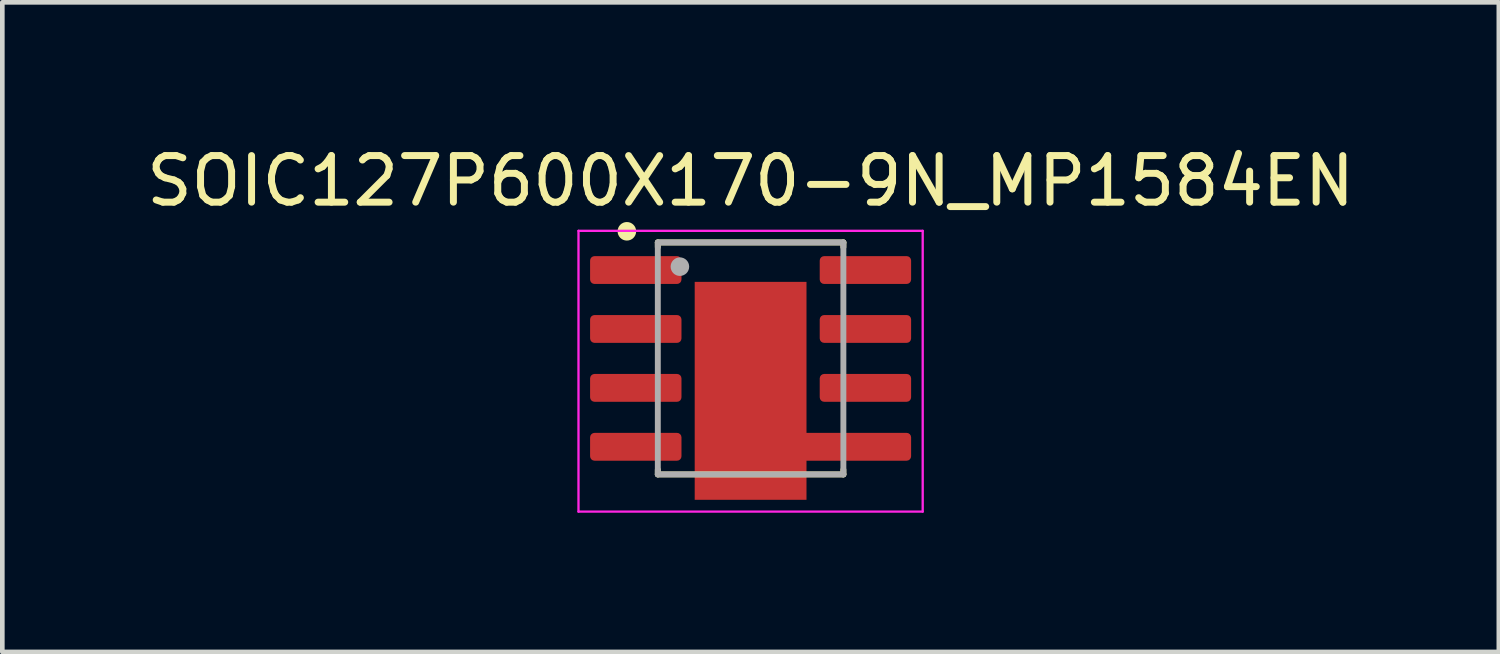
<source format=kicad_pcb>
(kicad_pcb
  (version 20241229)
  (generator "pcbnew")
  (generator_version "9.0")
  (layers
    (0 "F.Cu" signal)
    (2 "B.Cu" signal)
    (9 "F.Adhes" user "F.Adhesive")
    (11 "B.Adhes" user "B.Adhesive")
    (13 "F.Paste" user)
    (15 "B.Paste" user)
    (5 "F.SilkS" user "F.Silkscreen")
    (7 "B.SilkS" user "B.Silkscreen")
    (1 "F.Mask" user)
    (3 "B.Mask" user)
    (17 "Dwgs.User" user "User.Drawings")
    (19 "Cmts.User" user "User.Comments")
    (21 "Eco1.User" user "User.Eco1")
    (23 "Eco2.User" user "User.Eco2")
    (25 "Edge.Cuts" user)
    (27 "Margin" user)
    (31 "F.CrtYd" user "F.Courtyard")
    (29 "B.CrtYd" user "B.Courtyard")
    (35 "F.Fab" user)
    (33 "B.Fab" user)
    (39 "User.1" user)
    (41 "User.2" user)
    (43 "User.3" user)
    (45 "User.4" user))
  (footprint "SOIC127P600X170-9N_MP1584EN"
    (layer "F.Cu")
    (at 13.13 4.676)
    (property "Reference" "SOIC127P600X170-9N_MP1584EN" (at 0.00002 -3.825 0) (layer "F.SilkS") (effects (font (size 1.004 1.004) (thickness 0.15))))
    (attr smd)
    (fp_line (start -2 -2.5) (end -2 -2.4) (stroke (width 0.127) (type solid)) (layer "F.SilkS"))
    (fp_line (start -2 -2.5) (end 2 -2.5) (stroke (width 0.127) (type solid)) (layer "F.SilkS"))
    (fp_line (start -2 2.4) (end -2 2.5) (stroke (width 0.127) (type solid)) (layer "F.SilkS"))
    (fp_line (start -2 2.5) (end 2 2.5) (stroke (width 0.127) (type solid)) (layer "F.SilkS"))
    (fp_line (start 2 -2.5) (end 2 -2.4) (stroke (width 0.127) (type solid)) (layer "F.SilkS"))
    (fp_line (start 2 2.4) (end 2 2.5) (stroke (width 0.127) (type solid)) (layer "F.SilkS"))
    (fp_circle (center -2.667 -2.74) (end -2.567 -2.74) (stroke (width 0.2) (type solid)) (fill no) (layer "F.SilkS"))
    (fp_poly (pts (xy -0.937 0.135) (xy -0.135 0.135) (xy -0.135 1.378) (xy -0.937 1.378)) (stroke (width 0.01) (type solid)) (fill yes) (layer "F.Paste"))
    (fp_poly (pts (xy -0.937 -1.375) (xy -0.135 -1.375) (xy -0.135 -0.135) (xy -0.937 -0.135)) (stroke (width 0.01) (type solid)) (fill yes) (layer "F.Paste"))
    (fp_poly (pts (xy 0.135 0.135) (xy 0.935 0.135) (xy 0.935 1.377) (xy 0.135 1.377)) (stroke (width 0.01) (type solid)) (fill yes) (layer "F.Paste"))
    (fp_poly (pts (xy 0.135 -1.375) (xy 0.935 -1.375) (xy 0.935 -0.135) (xy 0.135 -0.135)) (stroke (width 0.01) (type solid)) (fill yes) (layer "F.Paste"))
    (fp_line (start -3.71 -2.75) (end 3.71 -2.75) (stroke (width 0.05) (type solid)) (layer "F.CrtYd"))
    (fp_line (start -3.71 3.302) (end -3.71 -2.75) (stroke (width 0.05) (type solid)) (layer "F.CrtYd"))
    (fp_line (start 3.71 -2.75) (end 3.71 3.302) (stroke (width 0.05) (type solid)) (layer "F.CrtYd"))
    (fp_line (start 3.71 3.302) (end -3.71 3.302) (stroke (width 0.05) (type solid)) (layer "F.CrtYd"))
    (fp_line (start -2 -2.5) (end 2 -2.5) (stroke (width 0.127) (type solid)) (layer "F.Fab"))
    (fp_line (start -2 2.5) (end -2 -2.5) (stroke (width 0.127) (type solid)) (layer "F.Fab"))
    (fp_line (start 2 -2.5) (end 2 2.5) (stroke (width 0.127) (type solid)) (layer "F.Fab"))
    (fp_line (start 2 2.5) (end -2 2.5) (stroke (width 0.127) (type solid)) (layer "F.Fab"))
    (fp_circle (center -1.524 -1.978) (end -1.424 -1.978) (stroke (width 0.2) (type solid)) (fill no) (layer "F.Fab"))
    (pad "1" smd roundrect (at -2.475 -1.905) (size 1.97 0.6) (layers "F.Cu" "F.Mask" "F.Paste") (roundrect_rratio 0.16))
    (pad "2" smd roundrect (at -2.475 -0.635) (size 1.97 0.6) (layers "F.Cu" "F.Mask" "F.Paste") (roundrect_rratio 0.16))
    (pad "3" smd roundrect (at -2.475 0.635) (size 1.97 0.6) (layers "F.Cu" "F.Mask" "F.Paste") (roundrect_rratio 0.16))
    (pad "4" smd roundrect (at -2.475 1.905) (size 1.97 0.6) (layers "F.Cu" "F.Mask" "F.Paste") (roundrect_rratio 0.16))
    (pad "5" smd roundrect (at 2.238 1.905) (size 2.444 0.6) (layers "F.Cu" "F.Mask" "F.Paste") (roundrect_rratio 0.16))
    (pad "6" smd roundrect (at 2.475 0.635) (size 1.97 0.6) (layers "F.Cu" "F.Mask" "F.Paste") (roundrect_rratio 0.16))
    (pad "7" smd roundrect (at 2.475 -0.635) (size 1.97 0.6) (layers "F.Cu" "F.Mask" "F.Paste") (roundrect_rratio 0.16))
    (pad "8" smd roundrect (at 2.475 -1.905) (size 1.97 0.6) (layers "F.Cu" "F.Mask" "F.Paste") (roundrect_rratio 0.16))
    (pad "9" smd rect (at 0 0.699) (size 2.41 4.698) (layers "F.Cu" "F.Mask")))
  (gr_rect
    (start -3 -3)
    (end 29.259 11.003)
    (stroke (width 0.1) (type default))
    (fill no)
    (layer "Edge.Cuts")))
</source>
